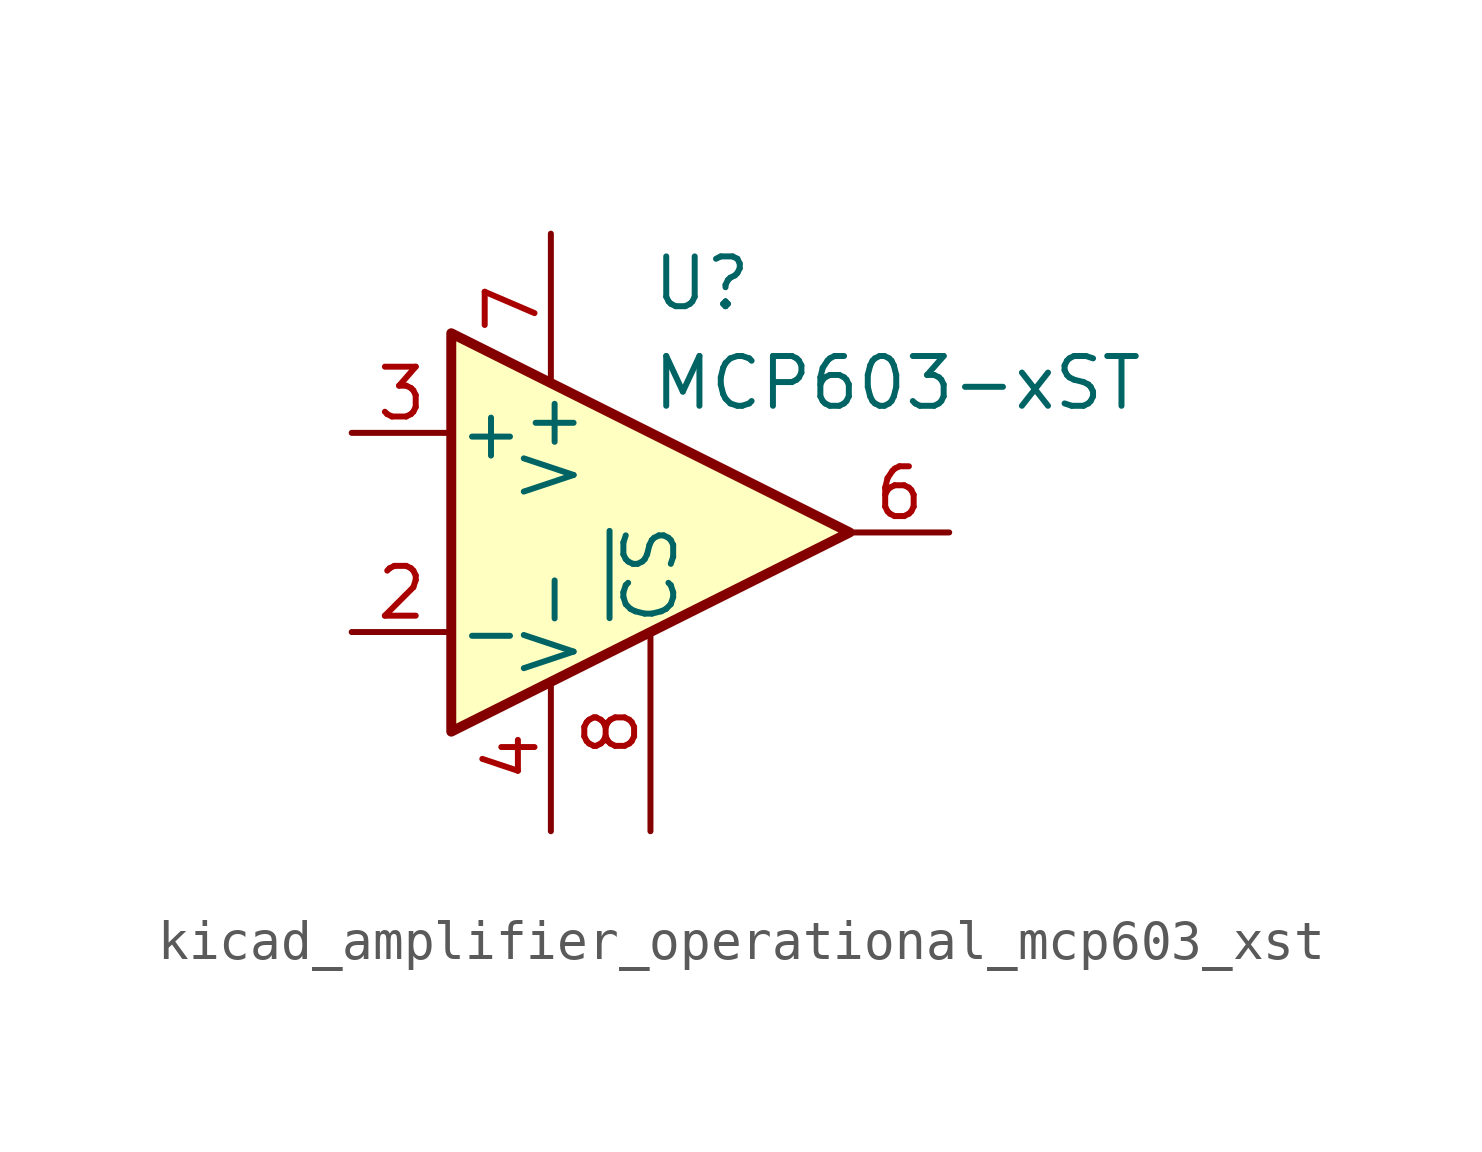
<source format=kicad_sym>
(kicad_symbol_lib
  (version 20220914)
  (generator kicad_symbol_editor)
  (symbol "kicad_amplifier_operational_mcp603_xst"
    (pin_names
      (offset 0.127))
    (property "Reference" "U"
      (at 0 6.35 0)
      (effects (font (size 1.27 1.27)) (justify left)))
    (property "Value" "MCP603-xST"
      (at 0 3.81 0)
      (effects (font (size 1.27 1.27)) (justify left)))
    (symbol "kicad_amplifier_operational_mcp603_xst_0_1"
      (polyline (pts (xy -5.08 5.08) (xy 5.08 0) (xy -5.08 -5.08) (xy -5.08 5.08)) (stroke (width 0.254) (type default)) (fill (type background))))
    (symbol "kicad_amplifier_operational_mcp603_xst_1_1"
      (pin no_connect line (at 0 -2.54 90) (length 2.54) hide (name "NC" (effects (font (size 1.27 1.27)))) (number "1" (effects (font (size 1.27 1.27)))))
      (pin input line (at -7.62 -2.54 0) (length 2.54) (name "-" (effects (font (size 1.27 1.27)))) (number "2" (effects (font (size 1.27 1.27)))))
      (pin input line (at -7.62 2.54 0) (length 2.54) (name "+" (effects (font (size 1.27 1.27)))) (number "3" (effects (font (size 1.27 1.27)))))
      (pin power_in line (at -2.54 -7.62 90) (length 3.81) (name "V-" (effects (font (size 1.27 1.27)))) (number "4" (effects (font (size 1.27 1.27)))))
      (pin no_connect line (at -2.54 -2.54 90) (length 2.54) hide (name "NC" (effects (font (size 1.27 1.27)))) (number "5" (effects (font (size 1.27 1.27)))))
      (pin output line (at 7.62 0 180) (length 2.54) (name "~" (effects (font (size 1.27 1.27)))) (number "6" (effects (font (size 1.27 1.27)))))
      (pin power_in line (at -2.54 7.62 270) (length 3.81) (name "V+" (effects (font (size 1.27 1.27)))) (number "7" (effects (font (size 1.27 1.27)))))
      (pin input line (at 0 -7.62 90) (length 5.08) (name "~{CS}" (effects (font (size 1.27 1.27)))) (number "8" (effects (font (size 1.27 1.27))))))))
</source>
